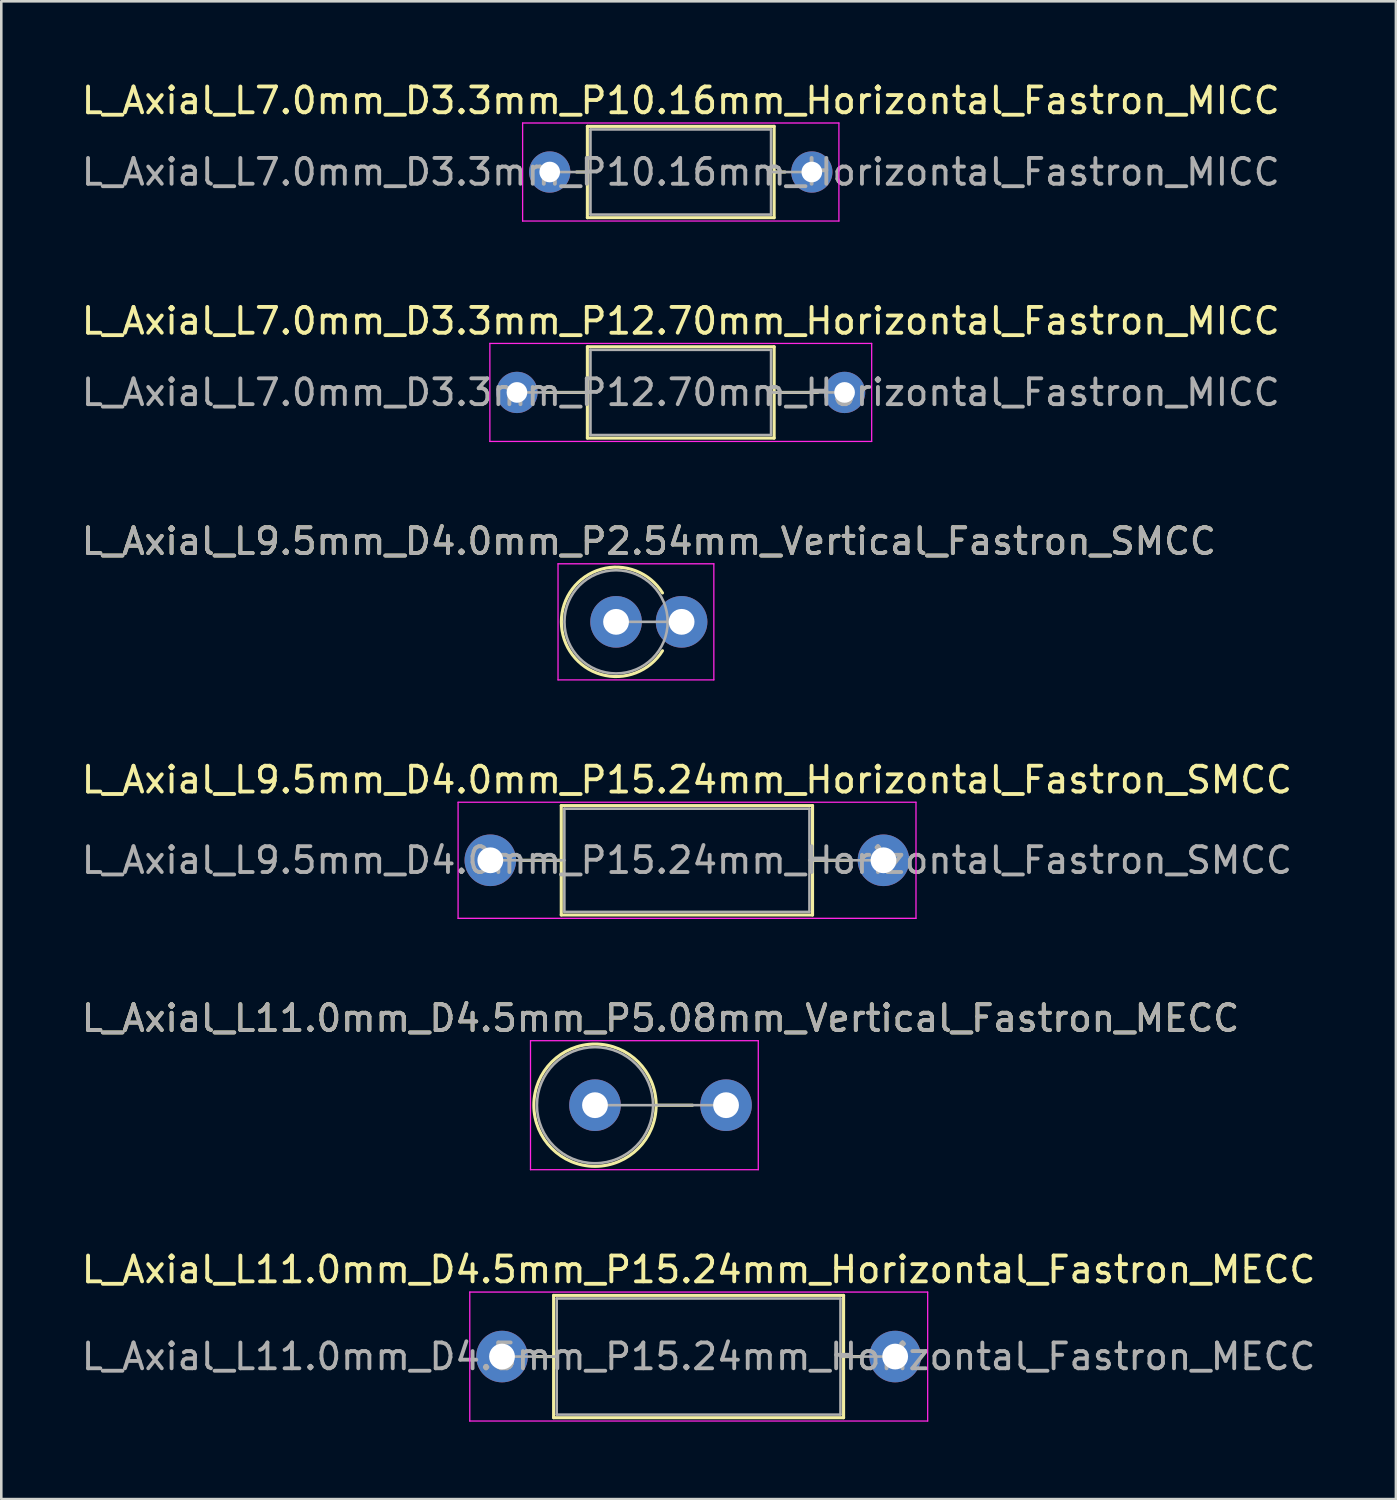
<source format=kicad_pcb>
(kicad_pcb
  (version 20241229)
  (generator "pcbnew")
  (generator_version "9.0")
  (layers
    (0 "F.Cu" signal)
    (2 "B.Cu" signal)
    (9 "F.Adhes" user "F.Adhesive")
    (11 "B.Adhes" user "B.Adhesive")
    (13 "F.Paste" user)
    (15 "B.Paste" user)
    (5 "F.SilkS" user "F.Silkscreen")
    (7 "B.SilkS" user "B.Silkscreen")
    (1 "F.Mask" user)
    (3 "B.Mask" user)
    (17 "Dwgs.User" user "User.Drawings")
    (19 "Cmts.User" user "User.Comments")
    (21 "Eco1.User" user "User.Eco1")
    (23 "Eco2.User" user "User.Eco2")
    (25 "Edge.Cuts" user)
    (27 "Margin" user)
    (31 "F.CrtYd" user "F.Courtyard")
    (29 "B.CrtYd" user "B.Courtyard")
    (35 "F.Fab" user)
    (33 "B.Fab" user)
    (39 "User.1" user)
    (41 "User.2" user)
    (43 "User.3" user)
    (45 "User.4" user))
  (footprint "L_Axial_L7.0mm_D3.3mm_P10.16mm_Horizontal_Fastron_MICC"
    (layer "F.Cu")
    (at 18.259 3.618)
    (property "Reference" "L_Axial_L7.0mm_D3.3mm_P10.16mm_Horizontal_Fastron_MICC" (at 5.08 -2.77 0) (layer "F.SilkS") (effects (font (size 1 1) (thickness 0.15))))
    (attr through_hole)
    (fp_line (start 1.04 0) (end 1.46 0) (stroke (width 0.12) (type solid)) (layer "F.SilkS"))
    (fp_line (start 1.46 -1.77) (end 1.46 1.77) (stroke (width 0.12) (type solid)) (layer "F.SilkS"))
    (fp_line (start 1.46 1.77) (end 8.7 1.77) (stroke (width 0.12) (type solid)) (layer "F.SilkS"))
    (fp_line (start 8.7 -1.77) (end 1.46 -1.77) (stroke (width 0.12) (type solid)) (layer "F.SilkS"))
    (fp_line (start 8.7 1.77) (end 8.7 -1.77) (stroke (width 0.12) (type solid)) (layer "F.SilkS"))
    (fp_line (start 9.12 0) (end 8.7 0) (stroke (width 0.12) (type solid)) (layer "F.SilkS"))
    (fp_line (start -1.05 -1.9) (end -1.05 1.9) (stroke (width 0.05) (type solid)) (layer "F.CrtYd"))
    (fp_line (start -1.05 1.9) (end 11.21 1.9) (stroke (width 0.05) (type solid)) (layer "F.CrtYd"))
    (fp_line (start 11.21 -1.9) (end -1.05 -1.9) (stroke (width 0.05) (type solid)) (layer "F.CrtYd"))
    (fp_line (start 11.21 1.9) (end 11.21 -1.9) (stroke (width 0.05) (type solid)) (layer "F.CrtYd"))
    (fp_line (start 0 0) (end 1.58 0) (stroke (width 0.1) (type solid)) (layer "F.Fab"))
    (fp_line (start 1.58 -1.65) (end 1.58 1.65) (stroke (width 0.1) (type solid)) (layer "F.Fab"))
    (fp_line (start 1.58 1.65) (end 8.58 1.65) (stroke (width 0.1) (type solid)) (layer "F.Fab"))
    (fp_line (start 8.58 -1.65) (end 1.58 -1.65) (stroke (width 0.1) (type solid)) (layer "F.Fab"))
    (fp_line (start 8.58 1.65) (end 8.58 -1.65) (stroke (width 0.1) (type solid)) (layer "F.Fab"))
    (fp_line (start 10.16 0) (end 8.58 0) (stroke (width 0.1) (type solid)) (layer "F.Fab"))
    (fp_text user "${REFERENCE}" (at 5.08 0 0) (layer "F.Fab") (effects (font (size 1 1) (thickness 0.15))))
    (pad "1" thru_hole circle (at 0 0) (size 1.6 1.6) (drill 0.8) (layers "*.Cu" "*.Mask"))
    (pad "2" thru_hole oval (at 10.16 0) (size 1.6 1.6) (drill 0.8) (layers "*.Cu" "*.Mask")))
  (footprint "L_Axial_L11.0mm_D4.5mm_P15.24mm_Horizontal_Fastron_MECC"
    (layer "F.Cu")
    (at 16.41 49.535)
    (property "Reference" "L_Axial_L11.0mm_D4.5mm_P15.24mm_Horizontal_Fastron_MECC" (at 7.62 -3.37 0) (layer "F.SilkS") (effects (font (size 1 1) (thickness 0.15))))
    (attr through_hole)
    (fp_line (start 1.24 0) (end 2 0) (stroke (width 0.12) (type solid)) (layer "F.SilkS"))
    (fp_line (start 2 -2.37) (end 2 2.37) (stroke (width 0.12) (type solid)) (layer "F.SilkS"))
    (fp_line (start 2 2.37) (end 13.24 2.37) (stroke (width 0.12) (type solid)) (layer "F.SilkS"))
    (fp_line (start 13.24 -2.37) (end 2 -2.37) (stroke (width 0.12) (type solid)) (layer "F.SilkS"))
    (fp_line (start 13.24 2.37) (end 13.24 -2.37) (stroke (width 0.12) (type solid)) (layer "F.SilkS"))
    (fp_line (start 14 0) (end 13.24 0) (stroke (width 0.12) (type solid)) (layer "F.SilkS"))
    (fp_line (start -1.25 -2.5) (end -1.25 2.5) (stroke (width 0.05) (type solid)) (layer "F.CrtYd"))
    (fp_line (start -1.25 2.5) (end 16.5 2.5) (stroke (width 0.05) (type solid)) (layer "F.CrtYd"))
    (fp_line (start 16.5 -2.5) (end -1.25 -2.5) (stroke (width 0.05) (type solid)) (layer "F.CrtYd"))
    (fp_line (start 16.5 2.5) (end 16.5 -2.5) (stroke (width 0.05) (type solid)) (layer "F.CrtYd"))
    (fp_line (start 0 0) (end 2.12 0) (stroke (width 0.1) (type solid)) (layer "F.Fab"))
    (fp_line (start 2.12 -2.25) (end 2.12 2.25) (stroke (width 0.1) (type solid)) (layer "F.Fab"))
    (fp_line (start 2.12 2.25) (end 13.12 2.25) (stroke (width 0.1) (type solid)) (layer "F.Fab"))
    (fp_line (start 13.12 -2.25) (end 2.12 -2.25) (stroke (width 0.1) (type solid)) (layer "F.Fab"))
    (fp_line (start 13.12 2.25) (end 13.12 -2.25) (stroke (width 0.1) (type solid)) (layer "F.Fab"))
    (fp_line (start 15.24 0) (end 13.12 0) (stroke (width 0.1) (type solid)) (layer "F.Fab"))
    (fp_text user "${REFERENCE}" (at 7.62 0 0) (layer "F.Fab") (effects (font (size 1 1) (thickness 0.15))))
    (pad "1" thru_hole circle (at 0 0) (size 2 2) (drill 1) (layers "*.Cu" "*.Mask"))
    (pad "2" thru_hole oval (at 15.24 0) (size 2 2) (drill 1) (layers "*.Cu" "*.Mask")))
  (footprint "L_Axial_L7.0mm_D3.3mm_P12.70mm_Horizontal_Fastron_MICC"
    (layer "F.Cu")
    (at 16.989 12.162)
    (property "Reference" "L_Axial_L7.0mm_D3.3mm_P12.70mm_Horizontal_Fastron_MICC" (at 6.35 -2.77 0) (layer "F.SilkS") (effects (font (size 1 1) (thickness 0.15))))
    (attr through_hole)
    (fp_line (start 1.04 0) (end 2.73 0) (stroke (width 0.12) (type solid)) (layer "F.SilkS"))
    (fp_line (start 2.73 -1.77) (end 2.73 1.77) (stroke (width 0.12) (type solid)) (layer "F.SilkS"))
    (fp_line (start 2.73 1.77) (end 9.97 1.77) (stroke (width 0.12) (type solid)) (layer "F.SilkS"))
    (fp_line (start 9.97 -1.77) (end 2.73 -1.77) (stroke (width 0.12) (type solid)) (layer "F.SilkS"))
    (fp_line (start 9.97 1.77) (end 9.97 -1.77) (stroke (width 0.12) (type solid)) (layer "F.SilkS"))
    (fp_line (start 11.66 0) (end 9.97 0) (stroke (width 0.12) (type solid)) (layer "F.SilkS"))
    (fp_line (start -1.05 -1.9) (end -1.05 1.9) (stroke (width 0.05) (type solid)) (layer "F.CrtYd"))
    (fp_line (start -1.05 1.9) (end 13.75 1.9) (stroke (width 0.05) (type solid)) (layer "F.CrtYd"))
    (fp_line (start 13.75 -1.9) (end -1.05 -1.9) (stroke (width 0.05) (type solid)) (layer "F.CrtYd"))
    (fp_line (start 13.75 1.9) (end 13.75 -1.9) (stroke (width 0.05) (type solid)) (layer "F.CrtYd"))
    (fp_line (start 0 0) (end 2.85 0) (stroke (width 0.1) (type solid)) (layer "F.Fab"))
    (fp_line (start 2.85 -1.65) (end 2.85 1.65) (stroke (width 0.1) (type solid)) (layer "F.Fab"))
    (fp_line (start 2.85 1.65) (end 9.85 1.65) (stroke (width 0.1) (type solid)) (layer "F.Fab"))
    (fp_line (start 9.85 -1.65) (end 2.85 -1.65) (stroke (width 0.1) (type solid)) (layer "F.Fab"))
    (fp_line (start 9.85 1.65) (end 9.85 -1.65) (stroke (width 0.1) (type solid)) (layer "F.Fab"))
    (fp_line (start 12.7 0) (end 9.85 0) (stroke (width 0.1) (type solid)) (layer "F.Fab"))
    (fp_text user "${REFERENCE}" (at 6.35 0 0) (layer "F.Fab") (effects (font (size 1 1) (thickness 0.15))))
    (pad "1" thru_hole circle (at 0 0) (size 1.6 1.6) (drill 0.8) (layers "*.Cu" "*.Mask"))
    (pad "2" thru_hole oval (at 12.7 0) (size 1.6 1.6) (drill 0.8) (layers "*.Cu" "*.Mask")))
  (footprint "L_Axial_L9.5mm_D4.0mm_P15.24mm_Horizontal_Fastron_SMCC"
    (layer "F.Cu")
    (at 15.957 30.298)
    (property "Reference" "L_Axial_L9.5mm_D4.0mm_P15.24mm_Horizontal_Fastron_SMCC" (at 7.62 -3.12 0) (layer "F.SilkS") (effects (font (size 1 1) (thickness 0.15))))
    (attr through_hole)
    (fp_line (start 1.24 0) (end 2.75 0) (stroke (width 0.12) (type solid)) (layer "F.SilkS"))
    (fp_line (start 2.75 -2.12) (end 2.75 2.12) (stroke (width 0.12) (type solid)) (layer "F.SilkS"))
    (fp_line (start 2.75 2.12) (end 12.49 2.12) (stroke (width 0.12) (type solid)) (layer "F.SilkS"))
    (fp_line (start 12.49 -2.12) (end 2.75 -2.12) (stroke (width 0.12) (type solid)) (layer "F.SilkS"))
    (fp_line (start 12.49 2.12) (end 12.49 -2.12) (stroke (width 0.12) (type solid)) (layer "F.SilkS"))
    (fp_line (start 14 0) (end 12.49 0) (stroke (width 0.12) (type solid)) (layer "F.SilkS"))
    (fp_line (start -1.25 -2.25) (end -1.25 2.25) (stroke (width 0.05) (type solid)) (layer "F.CrtYd"))
    (fp_line (start -1.25 2.25) (end 16.5 2.25) (stroke (width 0.05) (type solid)) (layer "F.CrtYd"))
    (fp_line (start 16.5 -2.25) (end -1.25 -2.25) (stroke (width 0.05) (type solid)) (layer "F.CrtYd"))
    (fp_line (start 16.5 2.25) (end 16.5 -2.25) (stroke (width 0.05) (type solid)) (layer "F.CrtYd"))
    (fp_line (start 0 0) (end 2.87 0) (stroke (width 0.1) (type solid)) (layer "F.Fab"))
    (fp_line (start 2.87 -2) (end 2.87 2) (stroke (width 0.1) (type solid)) (layer "F.Fab"))
    (fp_line (start 2.87 2) (end 12.37 2) (stroke (width 0.1) (type solid)) (layer "F.Fab"))
    (fp_line (start 12.37 -2) (end 2.87 -2) (stroke (width 0.1) (type solid)) (layer "F.Fab"))
    (fp_line (start 12.37 2) (end 12.37 -2) (stroke (width 0.1) (type solid)) (layer "F.Fab"))
    (fp_line (start 15.24 0) (end 12.37 0) (stroke (width 0.1) (type solid)) (layer "F.Fab"))
    (fp_text user "${REFERENCE}" (at 7.62 0 0) (layer "F.Fab") (effects (font (size 1 1) (thickness 0.15))))
    (pad "1" thru_hole circle (at 0 0) (size 2 2) (drill 1) (layers "*.Cu" "*.Mask"))
    (pad "2" thru_hole oval (at 15.24 0) (size 2 2) (drill 1) (layers "*.Cu" "*.Mask")))
  (footprint "L_Axial_L9.5mm_D4.0mm_P2.54mm_Vertical_Fastron_SMCC"
    (layer "F.Cu")
    (at 20.831 21.055)
    (property "Reference" "L_Axial_L9.5mm_D4.0mm_P2.54mm_Vertical_Fastron_SMCC" (at 1.27 -3.12 0) (layer "F.SilkS") (effects (font (size 1 1) (thickness 0.15))))
    (attr through_hole)
    (fp_arc (start 1.8 1.12) (mid -2.12 0) (end 1.8 -1.12) (stroke (width 0.12) (type solid)) (layer "F.SilkS"))
    (fp_line (start -2.25 -2.25) (end -2.25 2.25) (stroke (width 0.05) (type solid)) (layer "F.CrtYd"))
    (fp_line (start -2.25 2.25) (end 3.79 2.25) (stroke (width 0.05) (type solid)) (layer "F.CrtYd"))
    (fp_line (start 3.79 -2.25) (end -2.25 -2.25) (stroke (width 0.05) (type solid)) (layer "F.CrtYd"))
    (fp_line (start 3.79 2.25) (end 3.79 -2.25) (stroke (width 0.05) (type solid)) (layer "F.CrtYd"))
    (fp_line (start 0 0) (end 2.54 0) (stroke (width 0.1) (type solid)) (layer "F.Fab"))
    (fp_circle (center 0 0) (end 2 0) (stroke (width 0.1) (type solid)) (fill no) (layer "F.Fab"))
    (fp_text user "${REFERENCE}" (at 1.27 -3.12 0) (layer "F.Fab") (effects (font (size 1 1) (thickness 0.15))))
    (pad "1" thru_hole circle (at 0 0) (size 2 2) (drill 1) (layers "*.Cu" "*.Mask"))
    (pad "2" thru_hole oval (at 2.54 0) (size 2 2) (drill 1) (layers "*.Cu" "*.Mask")))
  (footprint "L_Axial_L11.0mm_D4.5mm_P5.08mm_Vertical_Fastron_MECC"
    (layer "F.Cu")
    (at 20.014 39.791)
    (property "Reference" "L_Axial_L11.0mm_D4.5mm_P5.08mm_Vertical_Fastron_MECC" (at 2.54 -3.37 0) (layer "F.SilkS") (effects (font (size 1 1) (thickness 0.15))))
    (attr through_hole)
    (fp_line (start 2.37 0) (end 3.78 0) (stroke (width 0.12) (type solid)) (layer "F.SilkS"))
    (fp_circle (center 0 0) (end 2.37 0) (stroke (width 0.12) (type solid)) (fill no) (layer "F.SilkS"))
    (fp_line (start -2.5 -2.5) (end -2.5 2.5) (stroke (width 0.05) (type solid)) (layer "F.CrtYd"))
    (fp_line (start -2.5 2.5) (end 6.33 2.5) (stroke (width 0.05) (type solid)) (layer "F.CrtYd"))
    (fp_line (start 6.33 -2.5) (end -2.5 -2.5) (stroke (width 0.05) (type solid)) (layer "F.CrtYd"))
    (fp_line (start 6.33 2.5) (end 6.33 -2.5) (stroke (width 0.05) (type solid)) (layer "F.CrtYd"))
    (fp_line (start 0 0) (end 5.08 0) (stroke (width 0.1) (type solid)) (layer "F.Fab"))
    (fp_circle (center 0 0) (end 2.25 0) (stroke (width 0.1) (type solid)) (fill no) (layer "F.Fab"))
    (fp_text user "${REFERENCE}" (at 2.54 -3.37 0) (layer "F.Fab") (effects (font (size 1 1) (thickness 0.15))))
    (pad "1" thru_hole circle (at 0 0) (size 2 2) (drill 1) (layers "*.Cu" "*.Mask"))
    (pad "2" thru_hole oval (at 5.08 0) (size 2 2) (drill 1) (layers "*.Cu" "*.Mask")))
  (gr_rect
    (start -3 -3)
    (end 51.06 55.059)
    (stroke (width 0.1) (type default))
    (fill no)
    (layer "Edge.Cuts")))
</source>
